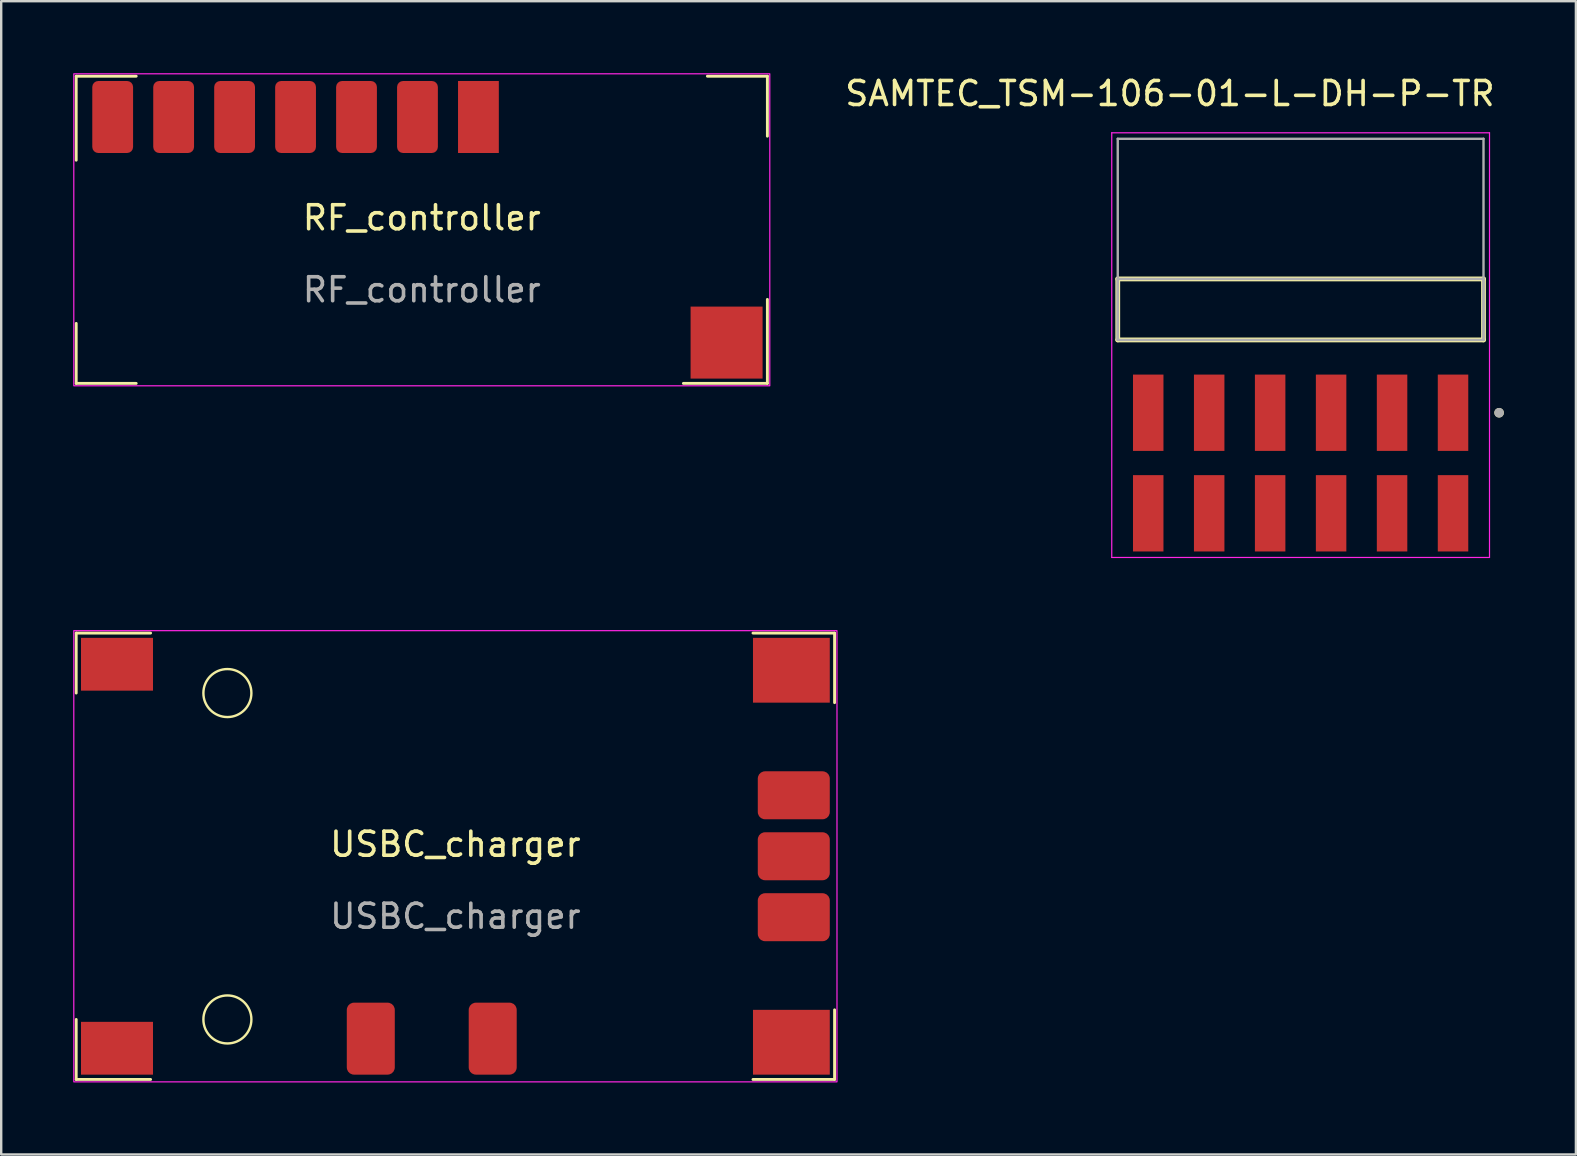
<source format=kicad_pcb>
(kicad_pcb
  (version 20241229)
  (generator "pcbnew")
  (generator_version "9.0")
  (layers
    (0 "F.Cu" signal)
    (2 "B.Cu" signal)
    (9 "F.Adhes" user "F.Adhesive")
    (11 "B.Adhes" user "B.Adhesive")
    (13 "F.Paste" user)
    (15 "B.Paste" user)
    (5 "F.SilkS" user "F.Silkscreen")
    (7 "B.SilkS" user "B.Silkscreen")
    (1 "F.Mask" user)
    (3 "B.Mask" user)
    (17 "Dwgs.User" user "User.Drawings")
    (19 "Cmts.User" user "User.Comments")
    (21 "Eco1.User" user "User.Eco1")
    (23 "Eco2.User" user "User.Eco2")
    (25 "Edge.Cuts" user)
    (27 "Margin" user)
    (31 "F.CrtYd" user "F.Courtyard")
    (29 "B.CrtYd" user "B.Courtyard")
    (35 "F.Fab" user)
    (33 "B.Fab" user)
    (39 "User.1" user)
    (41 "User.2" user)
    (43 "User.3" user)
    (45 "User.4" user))
  (footprint "USBC_charger"
    (layer "F.Cu")
    (at 15.925 32.628)
    (property "Reference" "USBC_charger" (at 0 -0.5 0) (unlocked yes) (layer "F.SilkS") (effects (font (size 1 1) (thickness 0.15))))
    (attr smd)
    (fp_line (start -15.8 -9.3) (end -12.7 -9.3) (stroke (width 0.12) (type default)) (layer "F.SilkS"))
    (fp_line (start -15.8 -6.8) (end -15.8 -9.3) (stroke (width 0.12) (type default)) (layer "F.SilkS"))
    (fp_line (start -15.8 6.8) (end -15.8 9.3) (stroke (width 0.12) (type default)) (layer "F.SilkS"))
    (fp_line (start -12.7 9.3) (end -15.8 9.3) (stroke (width 0.12) (type default)) (layer "F.SilkS"))
    (fp_line (start 12.4 -9.3) (end 15.8 -9.3) (stroke (width 0.12) (type default)) (layer "F.SilkS"))
    (fp_line (start 12.4 9.3) (end 15.8 9.3) (stroke (width 0.12) (type default)) (layer "F.SilkS"))
    (fp_line (start 15.8 -9.3) (end 15.8 -6.4) (stroke (width 0.12) (type default)) (layer "F.SilkS"))
    (fp_line (start 15.8 9.3) (end 15.8 6.4) (stroke (width 0.12) (type default)) (layer "F.SilkS"))
    (fp_circle (center -9.5 -6.8) (end -8.5 -6.8) (stroke (width 0.1) (type default)) (fill no) (layer "F.SilkS"))
    (fp_circle (center -9.5 6.8) (end -8.5 6.8) (stroke (width 0.1) (type default)) (fill no) (layer "F.SilkS"))
    (fp_rect (start -15.9 -9.4) (end 15.9 9.4) (stroke (width 0.05) (type default)) (fill no) (layer "F.CrtYd"))
    (fp_text user "${REFERENCE}" (at 0 2.5 0) (unlocked yes) (layer "F.Fab") (effects (font (size 1 1) (thickness 0.15))))
    (pad "1" smd rect (at -14.1 -8) (size 3 2.2) (layers "F.Cu" "F.Mask" "F.Paste"))
    (pad "2" smd rect (at -14.1 8) (size 3 2.2) (layers "F.Cu" "F.Mask" "F.Paste"))
    (pad "2" smd roundrect (at 1.555 7.6 90) (size 3 2) (layers "F.Cu" "F.Mask" "F.Paste") (roundrect_rratio 0.15))
    (pad "3" smd rect (at 14 7.75) (size 3.2 2.7) (layers "F.Cu" "F.Mask" "F.Paste"))
    (pad "3" smd roundrect (at 14.1 2.54 90) (size 2 3) (layers "F.Cu" "F.Mask" "F.Paste") (roundrect_rratio 0.15))
    (pad "4" smd roundrect (at 14.1 0 90) (size 2 3) (layers "F.Cu" "F.Mask" "F.Paste") (roundrect_rratio 0.15))
    (pad "5" smd rect (at 14 -7.75) (size 3.2 2.7) (layers "F.Cu" "F.Mask" "F.Paste"))
    (pad "5" smd roundrect (at 14.1 -2.54 90) (size 2 3) (layers "F.Cu" "F.Mask" "F.Paste") (roundrect_rratio 0.15))
    (pad "6" smd roundrect (at -3.525 7.6 90) (size 3 2) (layers "F.Cu" "F.Mask" "F.Paste") (roundrect_rratio 0.15)))
  (footprint "RF_controller"
    (layer "F.Cu")
    (at 14.525 6.525)
    (property "Reference" "RF_controller" (at 0 -0.5 0) (unlocked yes) (layer "F.SilkS") (effects (font (size 1 1) (thickness 0.15))))
    (attr smd)
    (fp_line (start -14.4 -6.4) (end -11.9 -6.4) (stroke (width 0.12) (type default)) (layer "F.SilkS"))
    (fp_line (start -14.4 -2.9) (end -14.4 -6.4) (stroke (width 0.12) (type default)) (layer "F.SilkS"))
    (fp_line (start -14.4 3.9) (end -14.4 6.4) (stroke (width 0.12) (type default)) (layer "F.SilkS"))
    (fp_line (start -14.4 6.4) (end -11.9 6.4) (stroke (width 0.12) (type default)) (layer "F.SilkS"))
    (fp_line (start 10.9 6.4) (end 14.4 6.4) (stroke (width 0.12) (type default)) (layer "F.SilkS"))
    (fp_line (start 11.9 -6.4) (end 14.4 -6.4) (stroke (width 0.12) (type solid)) (layer "F.SilkS"))
    (fp_line (start 14.4 -6.4) (end 14.4 -3.9) (stroke (width 0.12) (type default)) (layer "F.SilkS"))
    (fp_line (start 14.4 2.9) (end 14.4 6.4) (stroke (width 0.12) (type default)) (layer "F.SilkS"))
    (fp_rect (start -14.5 -6.5) (end 14.5 6.5) (stroke (width 0.05) (type default)) (fill no) (layer "F.CrtYd"))
    (fp_text user "${REFERENCE}" (at 0 2.5 0) (unlocked yes) (layer "F.Fab") (effects (font (size 1 1) (thickness 0.15))))
    (pad "1" smd rect (at 2.36 -4.7) (size 1.7 3) (layers "F.Cu" "F.Mask" "F.Paste"))
    (pad "2" smd roundrect (at -0.18 -4.7) (size 1.7 3) (layers "F.Cu" "F.Mask" "F.Paste") (roundrect_rratio 0.147))
    (pad "3" smd roundrect (at -2.72 -4.7) (size 1.7 3) (layers "F.Cu" "F.Mask" "F.Paste") (roundrect_rratio 0.147))
    (pad "4" smd roundrect (at -5.26 -4.7) (size 1.7 3) (layers "F.Cu" "F.Mask" "F.Paste") (roundrect_rratio 0.147))
    (pad "5" smd roundrect (at -7.8 -4.7) (size 1.7 3) (layers "F.Cu" "F.Mask" "F.Paste") (roundrect_rratio 0.147))
    (pad "6" smd roundrect (at -10.34 -4.7) (size 1.7 3) (layers "F.Cu" "F.Mask" "F.Paste") (roundrect_rratio 0.147))
    (pad "7" smd roundrect (at -12.88 -4.7) (size 1.7 3) (layers "F.Cu" "F.Mask" "F.Paste") (roundrect_rratio 0.147))
    (pad "8" smd rect (at 12.7 4.7) (size 3 3) (layers "F.Cu" "F.Mask" "F.Paste")))
  (footprint "SAMTEC_TSM-106-01-L-DH-P-TR"
    (layer "F.Cu")
    (at 51.144 9.843)
    (property "Reference" "SAMTEC_TSM-106-01-L-DH-P-TR" (at -5.445 -8.995 0) (layer "F.SilkS") (effects (font (size 1 1) (thickness 0.15))))
    (attr smd)
    (fp_line (start -7.62 1.27) (end -7.62 -1.27) (stroke (width 0.2) (type solid)) (layer "F.SilkS"))
    (fp_line (start 7.62 -1.27) (end -7.62 -1.27) (stroke (width 0.2) (type solid)) (layer "F.SilkS"))
    (fp_line (start 7.62 -1.27) (end 7.62 1.27) (stroke (width 0.2) (type solid)) (layer "F.SilkS"))
    (fp_line (start 7.62 1.27) (end -7.62 1.27) (stroke (width 0.2) (type solid)) (layer "F.SilkS"))
    (fp_circle (center 8.27 4.305) (end 8.37 4.305) (stroke (width 0.2) (type solid)) (fill no) (layer "F.SilkS"))
    (fp_line (start -7.87 -7.36) (end 7.87 -7.36) (stroke (width 0.05) (type solid)) (layer "F.CrtYd"))
    (fp_line (start -7.87 10.335) (end -7.87 -7.36) (stroke (width 0.05) (type solid)) (layer "F.CrtYd"))
    (fp_line (start 7.87 -7.36) (end 7.87 10.335) (stroke (width 0.05) (type solid)) (layer "F.CrtYd"))
    (fp_line (start 7.87 10.335) (end -7.87 10.335) (stroke (width 0.05) (type solid)) (layer "F.CrtYd"))
    (fp_line (start -7.62 -7.11) (end 7.62 -7.11) (stroke (width 0.1) (type solid)) (layer "F.Fab"))
    (fp_line (start -7.62 -1.27) (end 7.62 -1.27) (stroke (width 0.1) (type solid)) (layer "F.Fab"))
    (fp_line (start -7.62 1.27) (end -7.62 -7.11) (stroke (width 0.1) (type solid)) (layer "F.Fab"))
    (fp_line (start -7.62 1.27) (end -7.62 -1.27) (stroke (width 0.1) (type solid)) (layer "F.Fab"))
    (fp_line (start 7.62 -7.11) (end 7.62 1.27) (stroke (width 0.1) (type solid)) (layer "F.Fab"))
    (fp_line (start 7.62 -1.27) (end 7.62 1.27) (stroke (width 0.1) (type solid)) (layer "F.Fab"))
    (fp_line (start 7.62 1.27) (end -7.62 1.27) (stroke (width 0.1) (type solid)) (layer "F.Fab"))
    (fp_circle (center 8.27 4.305) (end 8.37 4.305) (stroke (width 0.2) (type solid)) (fill no) (layer "F.Fab"))
    (pad "1" smd rect (at 6.35 4.305) (size 1.27 3.18) (layers "F.Cu" "F.Mask" "F.Paste"))
    (pad "2" smd rect (at 6.35 8.495) (size 1.27 3.18) (layers "F.Cu" "F.Mask" "F.Paste"))
    (pad "3" smd rect (at 3.81 4.305) (size 1.27 3.18) (layers "F.Cu" "F.Mask" "F.Paste"))
    (pad "4" smd rect (at 3.81 8.495) (size 1.27 3.18) (layers "F.Cu" "F.Mask" "F.Paste"))
    (pad "5" smd rect (at 1.27 4.305) (size 1.27 3.18) (layers "F.Cu" "F.Mask" "F.Paste"))
    (pad "6" smd rect (at 1.27 8.495) (size 1.27 3.18) (layers "F.Cu" "F.Mask" "F.Paste"))
    (pad "7" smd rect (at -1.27 4.305) (size 1.27 3.18) (layers "F.Cu" "F.Mask" "F.Paste"))
    (pad "8" smd rect (at -1.27 8.495) (size 1.27 3.18) (layers "F.Cu" "F.Mask" "F.Paste"))
    (pad "9" smd rect (at -3.81 4.305) (size 1.27 3.18) (layers "F.Cu" "F.Mask" "F.Paste"))
    (pad "10" smd rect (at -3.81 8.495) (size 1.27 3.18) (layers "F.Cu" "F.Mask" "F.Paste"))
    (pad "11" smd rect (at -6.35 4.305) (size 1.27 3.18) (layers "F.Cu" "F.Mask" "F.Paste"))
    (pad "12" smd rect (at -6.35 8.495) (size 1.27 3.18) (layers "F.Cu" "F.Mask" "F.Paste")))
  (gr_rect
    (start -3 -3)
    (end 62.614 45.053)
    (stroke (width 0.1) (type default))
    (fill no)
    (layer "Edge.Cuts")))
</source>
